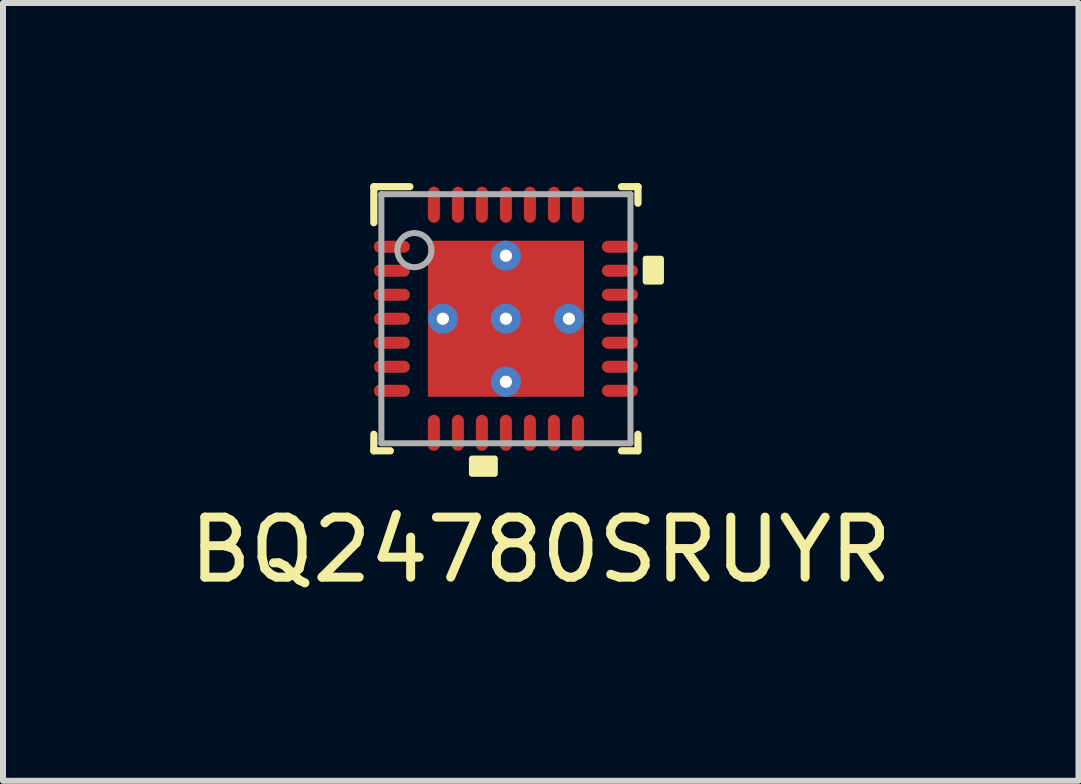
<source format=kicad_pcb>
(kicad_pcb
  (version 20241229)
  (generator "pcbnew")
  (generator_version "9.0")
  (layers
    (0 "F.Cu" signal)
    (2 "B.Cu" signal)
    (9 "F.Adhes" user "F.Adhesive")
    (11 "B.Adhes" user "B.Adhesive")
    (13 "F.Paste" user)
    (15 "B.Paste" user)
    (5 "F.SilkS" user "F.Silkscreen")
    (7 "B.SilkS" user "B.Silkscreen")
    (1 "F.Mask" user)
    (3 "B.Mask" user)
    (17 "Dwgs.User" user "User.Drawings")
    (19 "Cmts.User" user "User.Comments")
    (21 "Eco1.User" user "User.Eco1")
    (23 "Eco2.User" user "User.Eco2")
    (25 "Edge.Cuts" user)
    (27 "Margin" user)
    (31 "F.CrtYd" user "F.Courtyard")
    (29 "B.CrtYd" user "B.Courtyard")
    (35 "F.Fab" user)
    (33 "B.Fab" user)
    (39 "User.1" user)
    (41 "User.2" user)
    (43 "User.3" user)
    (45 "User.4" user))
  (footprint "BQ24780SRUYR"
    (layer "F.Cu")
    (at 5.378 2.26)
    (property "Reference" "BQ24780SRUYR" (at 0.58 3.85 0) (layer "F.SilkS") (effects (font (size 1 1) (thickness 0.15))))
    (attr through_hole)
    (fp_poly (pts (xy -1.363 -0.987) (xy -1.363 -1.363) (xy 1.363 -1.363) (xy 1.363 -0.987)) (stroke (width 0.1) (type solid)) (fill yes) (layer "F.Mask"))
    (fp_poly (pts (xy -1.363 -0.2) (xy -1.363 -0.587) (xy 1.363 -0.587) (xy 1.363 -0.2)) (stroke (width 0.1) (type solid)) (fill yes) (layer "F.Mask"))
    (fp_poly (pts (xy -1.363 0.587) (xy -1.363 0.2) (xy 1.363 0.2) (xy 1.363 0.587)) (stroke (width 0.1) (type solid)) (fill yes) (layer "F.Mask"))
    (fp_poly (pts (xy -1.363 1.363) (xy -1.363 -1.363) (xy -0.987 -1.363) (xy -0.987 1.363)) (stroke (width 0.1) (type solid)) (fill yes) (layer "F.Mask"))
    (fp_poly (pts (xy -1.363 1.363) (xy -1.363 0.987) (xy 1.363 0.987) (xy 1.363 1.363)) (stroke (width 0.1) (type solid)) (fill yes) (layer "F.Mask"))
    (fp_poly (pts (xy -0.2 1.363) (xy -0.2 -1.363) (xy -0.587 -1.363) (xy -0.587 1.363)) (stroke (width 0.1) (type solid)) (fill yes) (layer "F.Mask"))
    (fp_poly (pts (xy 0.587 1.363) (xy 0.587 -1.363) (xy 0.2 -1.363) (xy 0.2 1.363)) (stroke (width 0.1) (type solid)) (fill yes) (layer "F.Mask"))
    (fp_poly (pts (xy 0.987 1.363) (xy 0.987 -1.363) (xy 1.363 -1.363) (xy 1.363 1.363)) (stroke (width 0.1) (type solid)) (fill yes) (layer "F.Mask"))
    (fp_line (start -2.2 -2.2) (end -1.6 -2.2) (stroke (width 0.12) (type solid)) (layer "F.SilkS"))
    (fp_line (start -2.2 -1.6) (end -2.2 -2.2) (stroke (width 0.12) (type solid)) (layer "F.SilkS"))
    (fp_line (start -2.2 2.2) (end -2.2 1.925) (stroke (width 0.12) (type solid)) (layer "F.SilkS"))
    (fp_line (start -2.2 2.2) (end -1.925 2.2) (stroke (width 0.12) (type solid)) (layer "F.SilkS"))
    (fp_line (start 1.925 -2.2) (end 2.2 -2.2) (stroke (width 0.12) (type solid)) (layer "F.SilkS"))
    (fp_line (start 1.925 2.2) (end 2.2 2.2) (stroke (width 0.12) (type solid)) (layer "F.SilkS"))
    (fp_line (start 2.2 -1.925) (end 2.2 -2.2) (stroke (width 0.12) (type solid)) (layer "F.SilkS"))
    (fp_line (start 2.2 2.2) (end 2.2 1.925) (stroke (width 0.12) (type solid)) (layer "F.SilkS"))
    (fp_poly (pts (xy -0.185 2.329) (xy -0.566 2.329) (xy -0.566 2.583) (xy -0.185 2.583)) (stroke (width 0.1) (type solid)) (fill yes) (layer "F.SilkS"))
    (fp_poly (pts (xy 2.329 -1) (xy 2.583 -1) (xy 2.583 -0.619) (xy 2.329 -0.619)) (stroke (width 0.1) (type solid)) (fill yes) (layer "F.SilkS"))
    (fp_poly (pts (xy -1.248 -0.1) (xy -0.1 -0.1) (xy -0.1 -1.248) (xy -1.248 -1.248)) (stroke (width 0.1) (type solid)) (fill yes) (layer "F.Paste"))
    (fp_poly (pts (xy -1.248 1.248) (xy -0.1 1.248) (xy -0.1 0.1) (xy -1.248 0.1)) (stroke (width 0.1) (type solid)) (fill yes) (layer "F.Paste"))
    (fp_poly (pts (xy 0.1 -0.1) (xy 1.248 -0.1) (xy 1.248 -1.248) (xy 0.1 -1.248)) (stroke (width 0.1) (type solid)) (fill yes) (layer "F.Paste"))
    (fp_poly (pts (xy 0.1 1.248) (xy 1.248 1.248) (xy 1.248 0.1) (xy 0.1 0.1)) (stroke (width 0.1) (type solid)) (fill yes) (layer "F.Paste"))
    (fp_line (start -2.075 -2.075) (end 2.075 -2.075) (stroke (width 0.1) (type solid)) (layer "F.Fab"))
    (fp_line (start -2.075 2.075) (end -2.075 -2.075) (stroke (width 0.1) (type solid)) (layer "F.Fab"))
    (fp_line (start -2.075 2.075) (end 2.075 2.075) (stroke (width 0.1) (type solid)) (layer "F.Fab"))
    (fp_line (start 2.075 2.075) (end 2.075 -2.075) (stroke (width 0.1) (type solid)) (layer "F.Fab"))
    (fp_circle (center -1.524 -1.143) (end -1.24 -1.143) (stroke (width 0.1) (type solid)) (fill no) (layer "F.Fab"))
    (pad "1" smd oval (at -1.9 -1.2 90) (size 0.2 0.6) (layers "F.Cu" "F.Mask" "F.Paste"))
    (pad "2" smd oval (at -1.9 -0.8 90) (size 0.2 0.6) (layers "F.Cu" "F.Mask" "F.Paste"))
    (pad "3" smd oval (at -1.9 -0.4 90) (size 0.2 0.6) (layers "F.Cu" "F.Mask" "F.Paste"))
    (pad "4" smd oval (at -1.9 0 90) (size 0.2 0.6) (layers "F.Cu" "F.Mask" "F.Paste"))
    (pad "5" smd oval (at -1.9 0.4 90) (size 0.2 0.6) (layers "F.Cu" "F.Mask" "F.Paste"))
    (pad "6" smd oval (at -1.9 0.8 90) (size 0.2 0.6) (layers "F.Cu" "F.Mask" "F.Paste"))
    (pad "7" smd oval (at -1.9 1.2 90) (size 0.2 0.6) (layers "F.Cu" "F.Mask" "F.Paste"))
    (pad "8" smd oval (at -1.2 1.9) (size 0.2 0.6) (layers "F.Cu" "F.Mask" "F.Paste"))
    (pad "9" smd oval (at -0.8 1.9) (size 0.2 0.6) (layers "F.Cu" "F.Mask" "F.Paste"))
    (pad "10" smd oval (at -0.4 1.9) (size 0.2 0.6) (layers "F.Cu" "F.Mask" "F.Paste"))
    (pad "11" smd oval (at 0 1.9) (size 0.2 0.6) (layers "F.Cu" "F.Mask" "F.Paste"))
    (pad "12" smd oval (at 0.4 1.9) (size 0.2 0.6) (layers "F.Cu" "F.Mask" "F.Paste"))
    (pad "13" smd oval (at 0.8 1.9) (size 0.2 0.6) (layers "F.Cu" "F.Mask" "F.Paste"))
    (pad "14" smd oval (at 1.2 1.9) (size 0.2 0.6) (layers "F.Cu" "F.Mask" "F.Paste"))
    (pad "15" smd oval (at 1.9 1.2 90) (size 0.2 0.6) (layers "F.Cu" "F.Mask" "F.Paste"))
    (pad "16" smd oval (at 1.9 0.8 90) (size 0.2 0.6) (layers "F.Cu" "F.Mask" "F.Paste"))
    (pad "17" smd oval (at 1.9 0.4 90) (size 0.2 0.6) (layers "F.Cu" "F.Mask" "F.Paste"))
    (pad "18" smd oval (at 1.9 0 90) (size 0.2 0.6) (layers "F.Cu" "F.Mask" "F.Paste"))
    (pad "19" smd oval (at 1.9 -0.4 90) (size 0.2 0.6) (layers "F.Cu" "F.Mask" "F.Paste"))
    (pad "20" smd oval (at 1.9 -0.8 90) (size 0.2 0.6) (layers "F.Cu" "F.Mask" "F.Paste"))
    (pad "21" smd oval (at 1.9 -1.2 90) (size 0.2 0.6) (layers "F.Cu" "F.Mask" "F.Paste"))
    (pad "22" smd oval (at 1.2 -1.9) (size 0.2 0.6) (layers "F.Cu" "F.Mask" "F.Paste"))
    (pad "23" smd oval (at 0.8 -1.9) (size 0.2 0.6) (layers "F.Cu" "F.Mask" "F.Paste"))
    (pad "24" smd oval (at 0.4 -1.9) (size 0.2 0.6) (layers "F.Cu" "F.Mask" "F.Paste"))
    (pad "25" smd oval (at 0 -1.9) (size 0.2 0.6) (layers "F.Cu" "F.Mask" "F.Paste"))
    (pad "26" smd oval (at -0.4 -1.9) (size 0.2 0.6) (layers "F.Cu" "F.Mask" "F.Paste"))
    (pad "27" smd oval (at -0.8 -1.9) (size 0.2 0.6) (layers "F.Cu" "F.Mask" "F.Paste"))
    (pad "28" smd oval (at -1.2 -1.9) (size 0.2 0.6) (layers "F.Cu" "F.Mask" "F.Paste"))
    (pad "29" thru_hole circle (at -1.05 0) (size 0.5 0.5) (drill 0.203) (layers "*.Cu" "*.Mask"))
    (pad "29" thru_hole circle (at 0 -1.05) (size 0.5 0.5) (drill 0.203) (layers "*.Cu" "*.Mask"))
    (pad "29" thru_hole circle (at 0 0) (size 0.5 0.5) (drill 0.203) (layers "*.Cu" "*.Mask"))
    (pad "29" smd rect (at 0 0) (size 2.6 2.6) (layers "F.Cu" "F.Mask"))
    (pad "29" thru_hole circle (at 0 1.05) (size 0.5 0.5) (drill 0.203) (layers "*.Cu" "*.Mask"))
    (pad "29" thru_hole circle (at 1.05 0) (size 0.5 0.5) (drill 0.203) (layers "*.Cu" "*.Mask")))
  (gr_rect
    (start -3 -3)
    (end 14.917 9.958)
    (stroke (width 0.1) (type default))
    (fill no)
    (layer "Edge.Cuts")))
</source>
